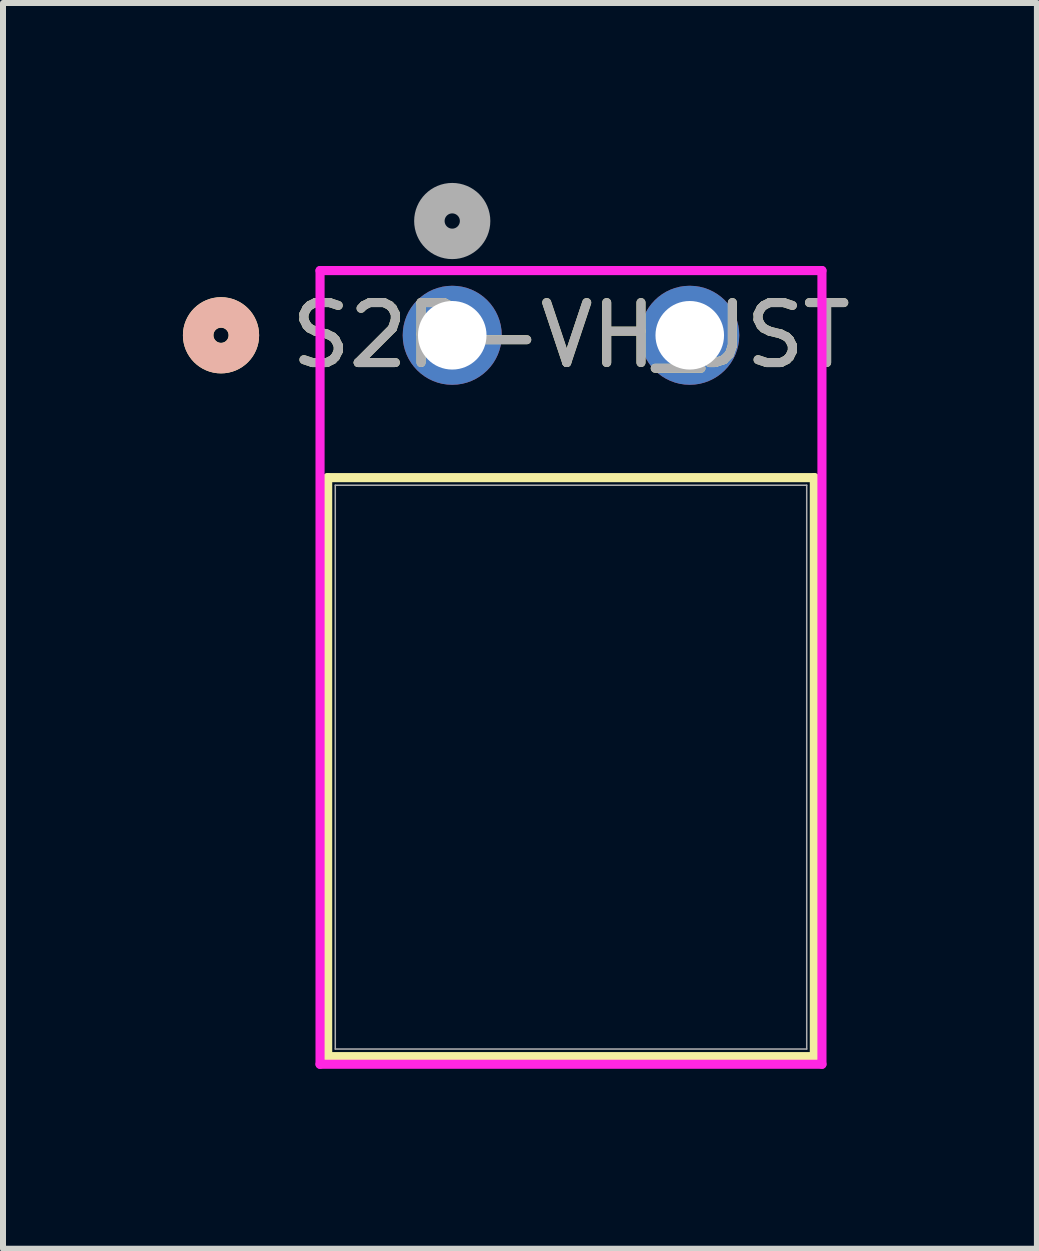
<source format=kicad_pcb>
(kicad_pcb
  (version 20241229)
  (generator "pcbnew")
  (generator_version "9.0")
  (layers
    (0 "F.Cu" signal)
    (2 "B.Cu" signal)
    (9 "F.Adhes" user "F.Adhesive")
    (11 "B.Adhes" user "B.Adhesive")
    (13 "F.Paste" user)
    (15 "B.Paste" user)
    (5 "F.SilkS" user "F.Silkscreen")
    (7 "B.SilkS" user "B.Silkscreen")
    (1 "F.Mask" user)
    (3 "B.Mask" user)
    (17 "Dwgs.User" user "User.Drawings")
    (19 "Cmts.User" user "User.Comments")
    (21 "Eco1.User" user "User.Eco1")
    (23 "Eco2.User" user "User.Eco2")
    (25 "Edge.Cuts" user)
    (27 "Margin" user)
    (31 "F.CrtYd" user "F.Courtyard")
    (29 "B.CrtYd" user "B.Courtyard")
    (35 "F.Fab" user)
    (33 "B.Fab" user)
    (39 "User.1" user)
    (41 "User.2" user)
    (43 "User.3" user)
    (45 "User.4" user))
  (footprint "S2P-VH_JST"
    (layer "F.Cu")
    (at 4.49 2.54)
    (property "Reference" "S2P-VH_JST" (at 1.98 0 0) (unlocked yes) (layer "F.SilkS") (effects (font (size 1 1) (thickness 0.15))))
    (attr through_hole)
    (fp_line (start -2.077 2.373) (end -2.077 12.027) (stroke (width 0.152) (type solid)) (layer "F.SilkS"))
    (fp_line (start -2.077 12.027) (end 6.037 12.027) (stroke (width 0.152) (type solid)) (layer "F.SilkS"))
    (fp_line (start 6.037 2.373) (end -2.077 2.373) (stroke (width 0.152) (type solid)) (layer "F.SilkS"))
    (fp_line (start 6.037 12.027) (end 6.037 2.373) (stroke (width 0.152) (type solid)) (layer "F.SilkS"))
    (fp_circle (center -3.855 0) (end -3.474 0) (stroke (width 0.508) (type solid)) (fill no) (layer "F.SilkS"))
    (fp_circle (center -3.855 0) (end -3.474 0) (stroke (width 0.508) (type solid)) (fill no) (layer "B.SilkS"))
    (fp_line (start -2.204 -1.079) (end -2.204 12.154) (stroke (width 0.152) (type solid)) (layer "F.CrtYd"))
    (fp_line (start -2.204 12.154) (end 6.164 12.154) (stroke (width 0.152) (type solid)) (layer "F.CrtYd"))
    (fp_line (start 6.164 -1.079) (end -2.204 -1.079) (stroke (width 0.152) (type solid)) (layer "F.CrtYd"))
    (fp_line (start 6.164 12.154) (end 6.164 -1.079) (stroke (width 0.152) (type solid)) (layer "F.CrtYd"))
    (fp_line (start -1.95 2.5) (end -1.95 11.9) (stroke (width 0.025) (type solid)) (layer "F.Fab"))
    (fp_line (start -1.95 11.9) (end 5.91 11.9) (stroke (width 0.025) (type solid)) (layer "F.Fab"))
    (fp_line (start 5.91 2.5) (end -1.95 2.5) (stroke (width 0.025) (type solid)) (layer "F.Fab"))
    (fp_line (start 5.91 11.9) (end 5.91 2.5) (stroke (width 0.025) (type solid)) (layer "F.Fab"))
    (fp_circle (center 0 -1.905) (end 0.381 -1.905) (stroke (width 0.508) (type solid)) (fill no) (layer "F.Fab"))
    (fp_text user "${REFERENCE}" (at 1.98 0 0) (unlocked yes) (layer "F.Fab") (effects (font (size 1 1) (thickness 0.15))))
    (pad "1" thru_hole circle (at 0 0) (size 1.651 1.651) (drill 1.143) (layers "*.Cu" "*.Mask"))
    (pad "2" thru_hole circle (at 3.96 0) (size 1.651 1.651) (drill 1.143) (layers "*.Cu" "*.Mask")))
  (gr_rect
    (start -3 -3)
    (end 14.238 17.77)
    (stroke (width 0.1) (type default))
    (fill no)
    (layer "Edge.Cuts")))
</source>
